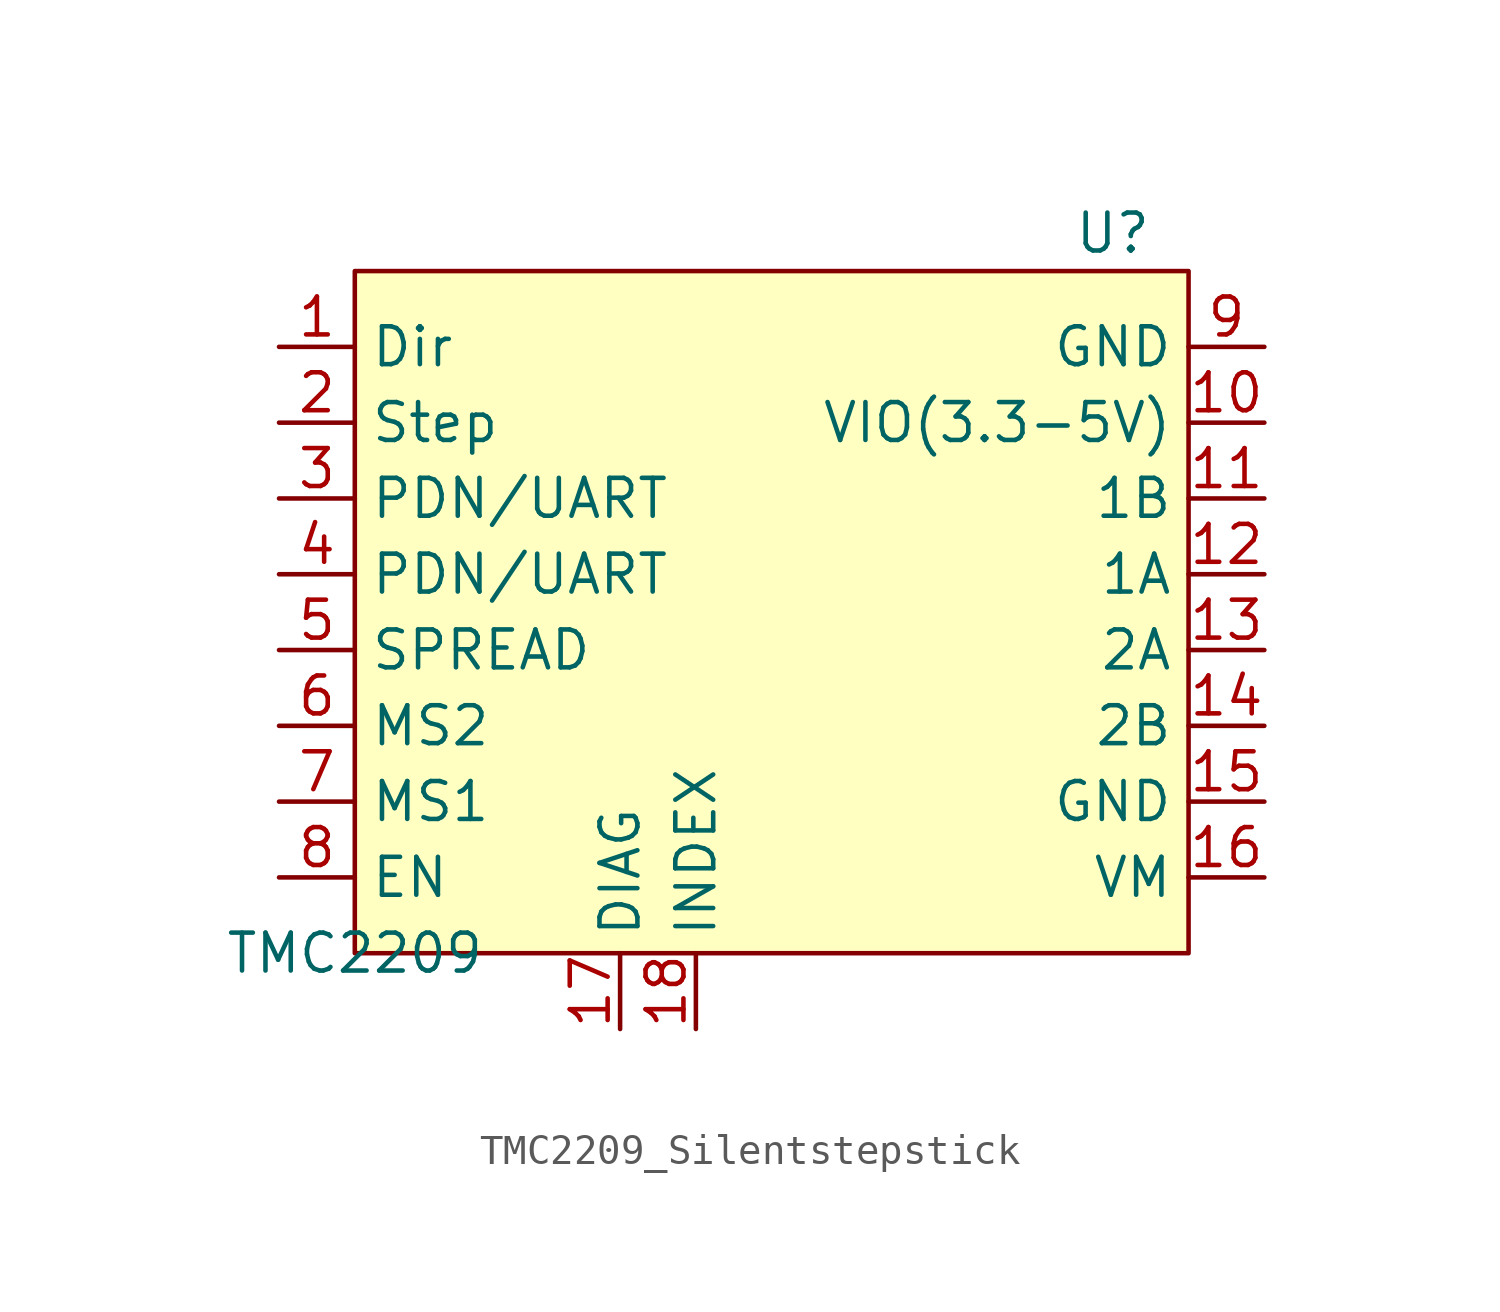
<source format=kicad_sym>
(kicad_symbol_lib
  (version 20241209)
  (generator "kicad_symbol_editor")
  (generator_version "9.0")
  (symbol "TMC2209_Silentstepstick"
    (property "Reference" "U"
      (at 25.4 24.13 0)
      (effects (font (size 1.27 1.27))))
    (property "Value" "TMC2209"
      (at 0 0 0)
      (effects (font (size 1.27 1.27))))
    (symbol "TMC2209_Silentstepstick_1_1"
      (rectangle (start 0 22.86) (end 27.94 0) (stroke (width 0) (type solid)) (fill (type background)))
      (pin passive line (at -2.54 20.32 0) (length 2.54) (name "Dir" (effects (font (size 1.27 1.27)))) (number "1" (effects (font (size 1.27 1.27)))))
      (pin passive line (at -2.54 17.78 0) (length 2.54) (name "Step" (effects (font (size 1.27 1.27)))) (number "2" (effects (font (size 1.27 1.27)))))
      (pin passive line (at -2.54 15.24 0) (length 2.54) (name "PDN/UART" (effects (font (size 1.27 1.27)))) (number "3" (effects (font (size 1.27 1.27)))))
      (pin passive line (at -2.54 12.7 0) (length 2.54) (name "PDN/UART" (effects (font (size 1.27 1.27)))) (number "4" (effects (font (size 1.27 1.27)))))
      (pin passive line (at -2.54 10.16 0) (length 2.54) (name "SPREAD" (effects (font (size 1.27 1.27)))) (number "5" (effects (font (size 1.27 1.27)))))
      (pin passive line (at -2.54 7.62 0) (length 2.54) (name "MS2" (effects (font (size 1.27 1.27)))) (number "6" (effects (font (size 1.27 1.27)))))
      (pin passive line (at -2.54 5.08 0) (length 2.54) (name "MS1" (effects (font (size 1.27 1.27)))) (number "7" (effects (font (size 1.27 1.27)))))
      (pin passive line (at -2.54 2.54 0) (length 2.54) (name "EN" (effects (font (size 1.27 1.27)))) (number "8" (effects (font (size 1.27 1.27)))))
      (pin passive line (at 8.89 -2.54 90) (length 2.54) (name "DIAG" (effects (font (size 1.27 1.27)))) (number "17" (effects (font (size 1.27 1.27)))))
      (pin passive line (at 11.43 -2.54 90) (length 2.54) (name "INDEX" (effects (font (size 1.27 1.27)))) (number "18" (effects (font (size 1.27 1.27)))))
      (pin passive line (at 30.48 20.32 180) (length 2.54) (name "GND" (effects (font (size 1.27 1.27)))) (number "9" (effects (font (size 1.27 1.27)))))
      (pin passive line (at 30.48 17.78 180) (length 2.54) (name "VIO(3.3-5V)" (effects (font (size 1.27 1.27)))) (number "10" (effects (font (size 1.27 1.27)))))
      (pin passive line (at 30.48 15.24 180) (length 2.54) (name "1B" (effects (font (size 1.27 1.27)))) (number "11" (effects (font (size 1.27 1.27)))))
      (pin passive line (at 30.48 12.7 180) (length 2.54) (name "1A" (effects (font (size 1.27 1.27)))) (number "12" (effects (font (size 1.27 1.27)))))
      (pin passive line (at 30.48 10.16 180) (length 2.54) (name "2A" (effects (font (size 1.27 1.27)))) (number "13" (effects (font (size 1.27 1.27)))))
      (pin passive line (at 30.48 7.62 180) (length 2.54) (name "2B" (effects (font (size 1.27 1.27)))) (number "14" (effects (font (size 1.27 1.27)))))
      (pin passive line (at 30.48 5.08 180) (length 2.54) (name "GND" (effects (font (size 1.27 1.27)))) (number "15" (effects (font (size 1.27 1.27)))))
      (pin passive line (at 30.48 2.54 180) (length 2.54) (name "VM" (effects (font (size 1.27 1.27)))) (number "16" (effects (font (size 1.27 1.27))))))))
</source>
